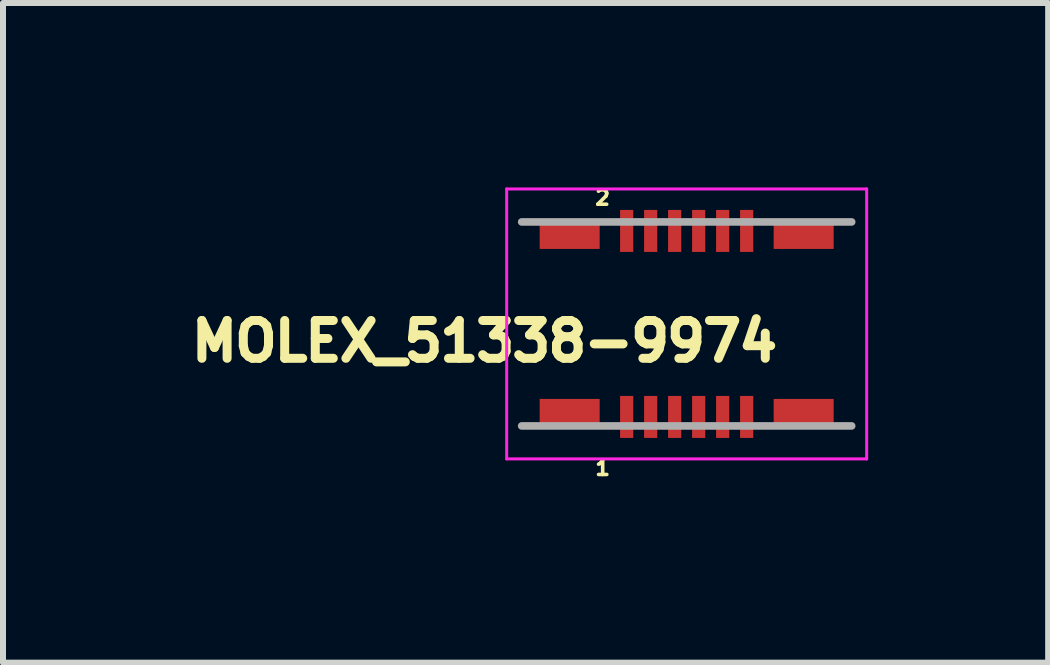
<source format=kicad_pcb>
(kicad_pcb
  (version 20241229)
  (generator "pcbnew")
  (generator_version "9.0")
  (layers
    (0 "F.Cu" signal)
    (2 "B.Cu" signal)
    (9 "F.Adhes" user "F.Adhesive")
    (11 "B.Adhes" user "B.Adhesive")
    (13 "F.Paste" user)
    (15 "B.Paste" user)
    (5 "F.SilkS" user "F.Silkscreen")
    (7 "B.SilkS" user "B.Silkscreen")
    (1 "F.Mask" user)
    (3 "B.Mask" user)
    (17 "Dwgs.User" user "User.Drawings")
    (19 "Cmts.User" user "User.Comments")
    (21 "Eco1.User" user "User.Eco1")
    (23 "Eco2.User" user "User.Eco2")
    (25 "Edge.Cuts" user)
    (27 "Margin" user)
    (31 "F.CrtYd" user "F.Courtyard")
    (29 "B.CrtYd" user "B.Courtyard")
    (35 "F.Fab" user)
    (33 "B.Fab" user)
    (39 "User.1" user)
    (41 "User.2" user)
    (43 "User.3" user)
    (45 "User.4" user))
  (footprint "MOLEX_51338-9974"
    (layer "F.Cu")
    (at 8.395 2.349)
    (property "Reference" "MOLEX_51338-9974" (at -3.37 0.289 180) (layer "F.SilkS") (effects (font (size 0.63 0.63) (thickness 0.15))))
    (attr smd)
    (fp_line (start -3 -2.25) (end 3 -2.25) (stroke (width 0.05) (type solid)) (layer "F.CrtYd"))
    (fp_line (start -3 2.25) (end -3 -2.25) (stroke (width 0.05) (type solid)) (layer "F.CrtYd"))
    (fp_line (start 3 -2.25) (end 3 2.25) (stroke (width 0.05) (type solid)) (layer "F.CrtYd"))
    (fp_line (start 3 2.25) (end -3 2.25) (stroke (width 0.05) (type solid)) (layer "F.CrtYd"))
    (fp_line (start 2.75 -1.7) (end -2.75 -1.7) (stroke (width 0.127) (type solid)) (layer "F.Fab"))
    (fp_line (start 2.75 1.7) (end -2.75 1.7) (stroke (width 0.127) (type solid)) (layer "F.Fab"))
    (fp_text user "2" (at -1.402 -2.103 0) (layer "F.SilkS") (effects (font (size 0.24 0.24) (thickness 0.15))))
    (fp_text user "1" (at -1.4 2.401 0) (layer "F.SilkS") (effects (font (size 0.24 0.24) (thickness 0.15))))
    (pad "1" smd rect (at -1 1.55) (size 0.22 0.7) (layers "F.Cu" "F.Mask" "F.Paste"))
    (pad "2" smd rect (at -1 -1.55) (size 0.22 0.7) (layers "F.Cu" "F.Mask" "F.Paste"))
    (pad "3" smd rect (at -0.6 1.55) (size 0.22 0.7) (layers "F.Cu" "F.Mask" "F.Paste"))
    (pad "4" smd rect (at -0.6 -1.55) (size 0.22 0.7) (layers "F.Cu" "F.Mask" "F.Paste"))
    (pad "5" smd rect (at -0.2 1.55) (size 0.22 0.7) (layers "F.Cu" "F.Mask" "F.Paste"))
    (pad "6" smd rect (at -0.2 -1.55) (size 0.22 0.7) (layers "F.Cu" "F.Mask" "F.Paste"))
    (pad "7" smd rect (at 0.2 1.55) (size 0.22 0.7) (layers "F.Cu" "F.Mask" "F.Paste"))
    (pad "8" smd rect (at 0.2 -1.55) (size 0.22 0.7) (layers "F.Cu" "F.Mask" "F.Paste"))
    (pad "9" smd rect (at 0.6 1.55) (size 0.22 0.7) (layers "F.Cu" "F.Mask" "F.Paste"))
    (pad "10" smd rect (at 0.6 -1.55) (size 0.22 0.7) (layers "F.Cu" "F.Mask" "F.Paste"))
    (pad "11" smd rect (at 1 1.55) (size 0.22 0.7) (layers "F.Cu" "F.Mask" "F.Paste"))
    (pad "12" smd rect (at 1 -1.55) (size 0.22 0.7) (layers "F.Cu" "F.Mask" "F.Paste"))
    (pad "P1" smd rect (at -1.95 1.5) (size 1 0.5) (layers "F.Cu" "F.Mask" "F.Paste"))
    (pad "P2" smd rect (at -1.95 -1.5) (size 1 0.5) (layers "F.Cu" "F.Mask" "F.Paste"))
    (pad "P3" smd rect (at 1.95 1.5) (size 1 0.5) (layers "F.Cu" "F.Mask" "F.Paste"))
    (pad "P4" smd rect (at 1.95 -1.5) (size 1 0.5) (layers "F.Cu" "F.Mask" "F.Paste"))
    (zone (net_name "") (layer "F.Cu") (hatch full 0.508) (connect_pads) (min_thickness 0.01) (filled_areas_thickness no) (keepout (tracks not_allowed) (vias not_allowed) (pads not_allowed) (copperpour not_allowed) (footprints allowed)) (placement (enabled no)) (fill) (polygon (pts (xy 7.244 1.149) (xy 7.545 1.149) (xy 7.545 1.598) (xy 7.244 1.598))))
    (zone (net_name "") (layer "F.Cu") (hatch full 0.508) (connect_pads) (min_thickness 0.01) (filled_areas_thickness no) (keepout (tracks not_allowed) (vias not_allowed) (pads not_allowed) (copperpour not_allowed) (footprints allowed)) (placement (enabled no)) (fill) (polygon (pts (xy 7.245 3.099) (xy 7.545 3.099) (xy 7.545 3.549) (xy 7.245 3.549))))
    (zone (net_name "") (layer "F.Cu") (hatch full 0.508) (connect_pads) (min_thickness 0.01) (filled_areas_thickness no) (keepout (tracks not_allowed) (vias not_allowed) (pads not_allowed) (copperpour not_allowed) (footprints allowed)) (placement (enabled no)) (fill) (polygon (pts (xy 7.644 1.149) (xy 7.945 1.149) (xy 7.945 1.598) (xy 7.644 1.598))))
    (zone (net_name "") (layer "F.Cu") (hatch full 0.508) (connect_pads) (min_thickness 0.01) (filled_areas_thickness no) (keepout (tracks not_allowed) (vias not_allowed) (pads not_allowed) (copperpour not_allowed) (footprints allowed)) (placement (enabled no)) (fill) (polygon (pts (xy 7.644 3.099) (xy 7.945 3.099) (xy 7.945 3.55) (xy 7.644 3.55))))
    (zone (net_name "") (layer "F.Cu") (hatch full 0.508) (connect_pads) (min_thickness 0.01) (filled_areas_thickness no) (keepout (tracks not_allowed) (vias not_allowed) (pads not_allowed) (copperpour not_allowed) (footprints allowed)) (placement (enabled no)) (fill) (polygon (pts (xy 8.044 1.149) (xy 8.345 1.149) (xy 8.345 1.597) (xy 8.044 1.597))))
    (zone (net_name "") (layer "F.Cu") (hatch full 0.508) (connect_pads) (min_thickness 0.01) (filled_areas_thickness no) (keepout (tracks not_allowed) (vias not_allowed) (pads not_allowed) (copperpour not_allowed) (footprints allowed)) (placement (enabled no)) (fill) (polygon (pts (xy 8.044 3.099) (xy 8.345 3.099) (xy 8.345 3.55) (xy 8.044 3.55))))
    (zone (net_name "") (layer "F.Cu") (hatch full 0.508) (connect_pads) (min_thickness 0.01) (filled_areas_thickness no) (keepout (tracks not_allowed) (vias not_allowed) (pads not_allowed) (copperpour not_allowed) (footprints allowed)) (placement (enabled no)) (fill) (polygon (pts (xy 8.445 1.149) (xy 8.745 1.149) (xy 8.745 1.598) (xy 8.445 1.598))))
    (zone (net_name "") (layer "F.Cu") (hatch full 0.508) (connect_pads) (min_thickness 0.01) (filled_areas_thickness no) (keepout (tracks not_allowed) (vias not_allowed) (pads not_allowed) (copperpour not_allowed) (footprints allowed)) (placement (enabled no)) (fill) (polygon (pts (xy 8.445 3.099) (xy 8.745 3.099) (xy 8.745 3.551) (xy 8.445 3.551))))
    (zone (net_name "") (layer "F.Cu") (hatch full 0.508) (connect_pads) (min_thickness 0.01) (filled_areas_thickness no) (keepout (tracks not_allowed) (vias not_allowed) (pads not_allowed) (copperpour not_allowed) (footprints allowed)) (placement (enabled no)) (fill) (polygon (pts (xy 8.845 3.099) (xy 9.145 3.099) (xy 9.145 3.549) (xy 8.845 3.549))))
    (zone (net_name "") (layer "F.Cu") (hatch full 0.508) (connect_pads) (min_thickness 0.01) (filled_areas_thickness no) (keepout (tracks not_allowed) (vias not_allowed) (pads not_allowed) (copperpour not_allowed) (footprints allowed)) (placement (enabled no)) (fill) (polygon (pts (xy 8.845 1.149) (xy 9.145 1.149) (xy 9.145 1.598) (xy 8.845 1.598))))
    (zone (net_name "") (layer "F.Cu") (hatch full 0.508) (connect_pads) (min_thickness 0.01) (filled_areas_thickness no) (keepout (tracks not_allowed) (vias not_allowed) (pads not_allowed) (copperpour not_allowed) (footprints allowed)) (placement (enabled no)) (fill) (polygon (pts (xy 9.246 3.099) (xy 9.545 3.099) (xy 9.545 3.55) (xy 9.246 3.55))))
    (zone (net_name "") (layer "F.Cu") (hatch full 0.508) (connect_pads) (min_thickness 0.01) (filled_areas_thickness no) (keepout (tracks not_allowed) (vias not_allowed) (pads not_allowed) (copperpour not_allowed) (footprints allowed)) (placement (enabled no)) (fill) (polygon (pts (xy 9.246 1.149) (xy 9.545 1.149) (xy 9.545 1.598) (xy 9.246 1.598)))))
  (gr_rect
    (start -3 -3)
    (end 14.42 7.995)
    (stroke (width 0.1) (type default))
    (fill no)
    (layer "Edge.Cuts")))
</source>
